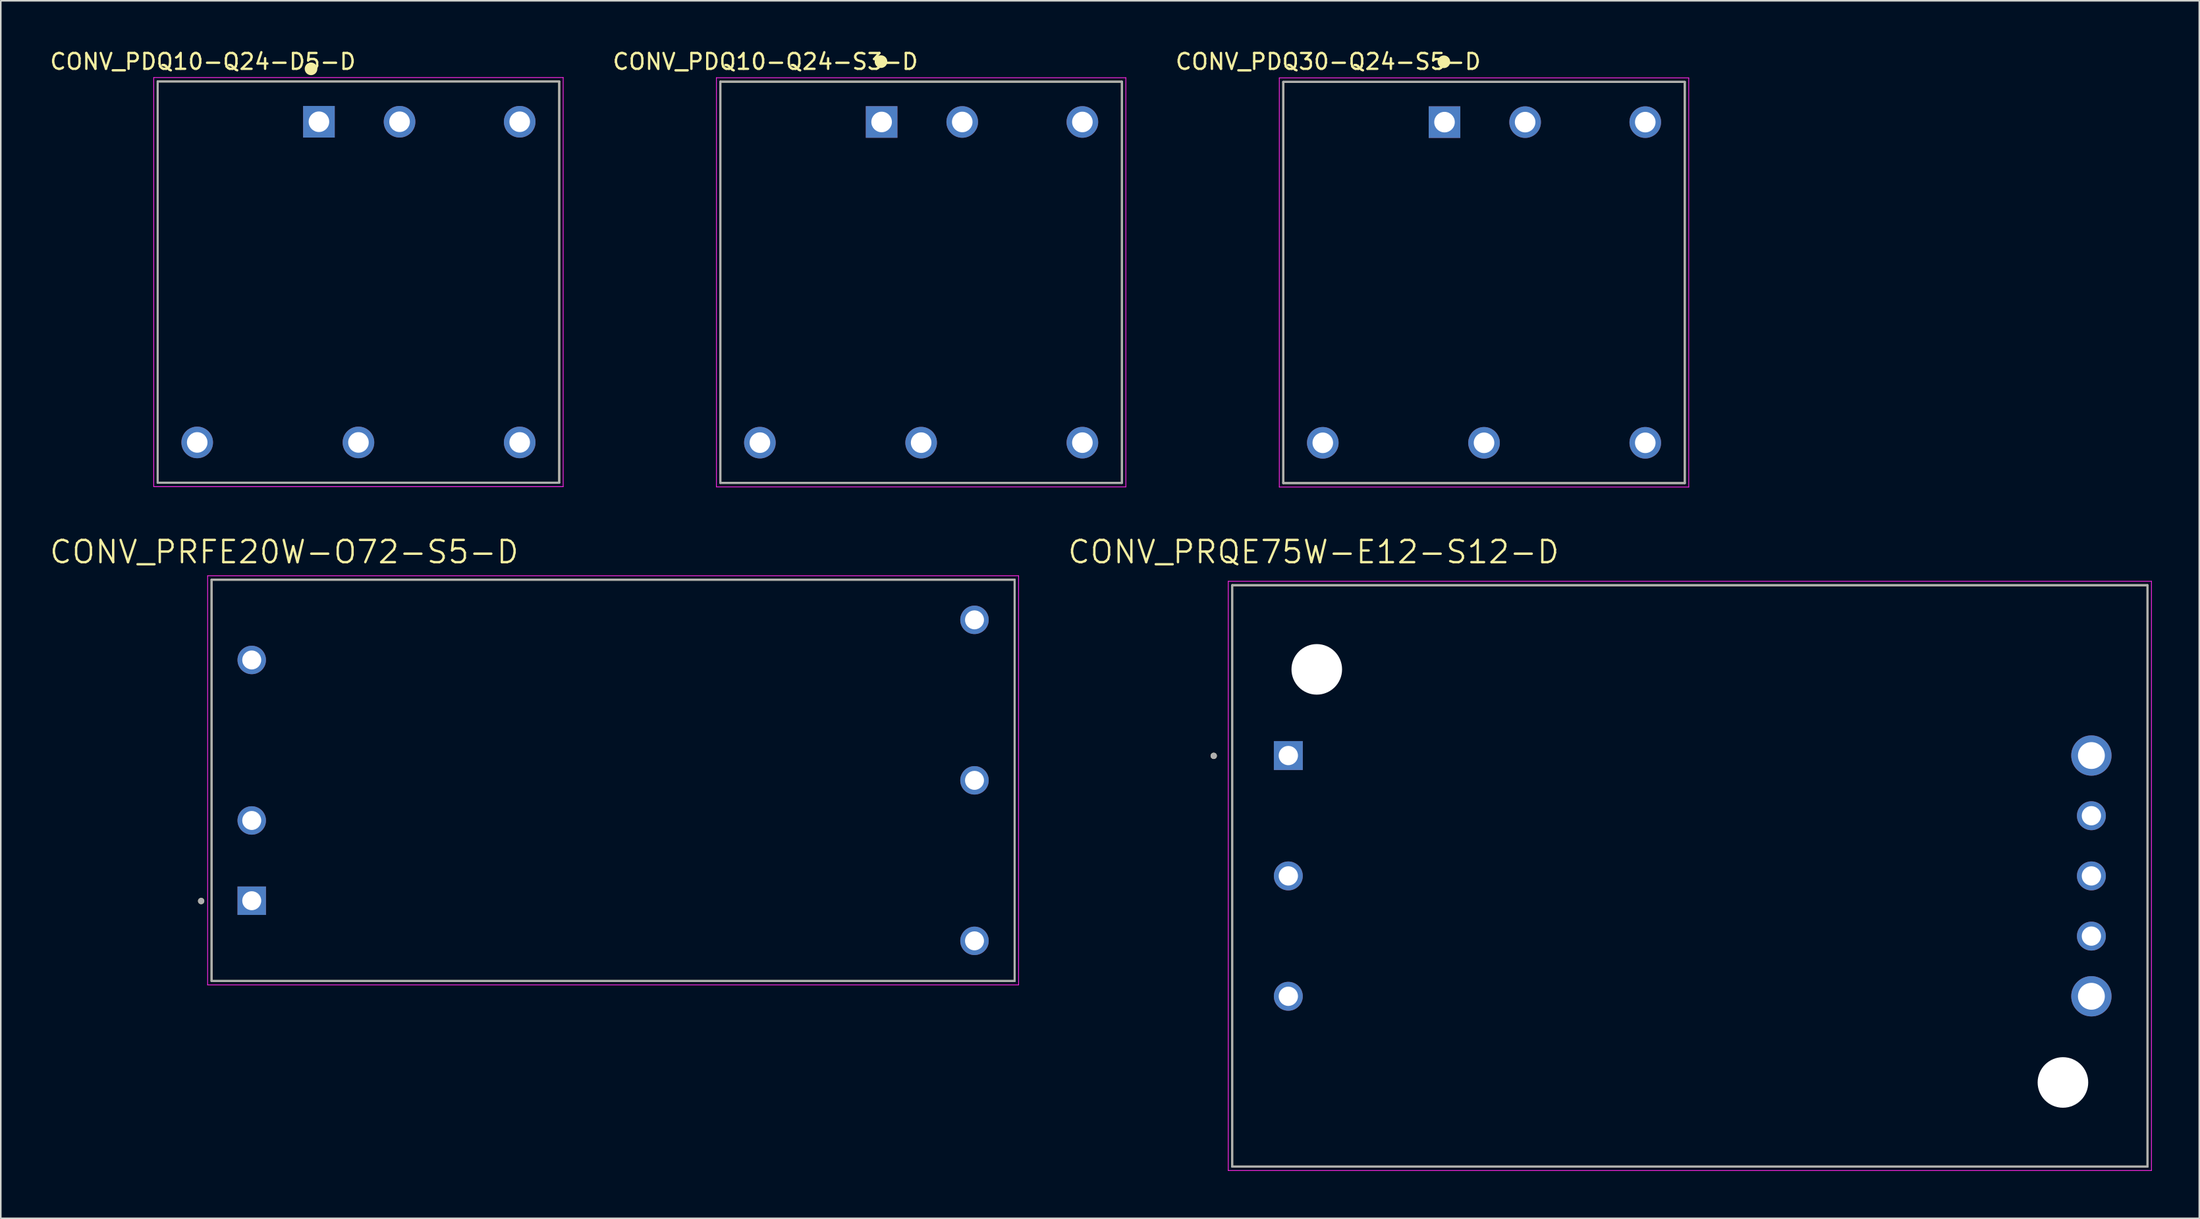
<source format=kicad_pcb>
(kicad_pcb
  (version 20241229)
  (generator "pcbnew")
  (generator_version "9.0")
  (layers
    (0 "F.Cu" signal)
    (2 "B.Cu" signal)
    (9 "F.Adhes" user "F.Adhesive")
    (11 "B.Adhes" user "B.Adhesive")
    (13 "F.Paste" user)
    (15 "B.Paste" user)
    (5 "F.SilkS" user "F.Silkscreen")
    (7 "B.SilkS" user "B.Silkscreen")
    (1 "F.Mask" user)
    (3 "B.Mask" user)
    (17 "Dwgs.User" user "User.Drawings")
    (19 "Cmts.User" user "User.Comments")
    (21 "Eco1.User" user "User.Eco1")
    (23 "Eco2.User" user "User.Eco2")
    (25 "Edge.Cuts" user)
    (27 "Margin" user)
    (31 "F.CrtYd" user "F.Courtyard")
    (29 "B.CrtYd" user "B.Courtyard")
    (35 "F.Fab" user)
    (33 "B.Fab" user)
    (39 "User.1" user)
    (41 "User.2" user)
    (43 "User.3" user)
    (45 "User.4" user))
  (footprint "CONV_PDQ30-Q24-S5-D"
    (layer "F.Cu")
    (at 90.826 14.831)
    (property "Reference" "CONV_PDQ30-Q24-S5-D" (at -9.857 -13.981 0) (layer "F.SilkS") (effects (font (size 1.003 1.003) (thickness 0.15))))
    (attr through_hole)
    (fp_line (start -12.7 -12.7) (end 12.7 -12.7) (stroke (width 0.127) (type solid)) (layer "F.SilkS"))
    (fp_line (start -12.7 12.7) (end -12.7 -12.7) (stroke (width 0.127) (type solid)) (layer "F.SilkS"))
    (fp_line (start 12.7 -12.7) (end 12.7 12.7) (stroke (width 0.127) (type solid)) (layer "F.SilkS"))
    (fp_line (start 12.7 12.7) (end -12.7 12.7) (stroke (width 0.127) (type solid)) (layer "F.SilkS"))
    (fp_circle (center -2.54 -13.97) (end -2.34 -13.97) (stroke (width 0.4) (type solid)) (fill no) (layer "F.SilkS"))
    (fp_line (start -12.95 -12.95) (end 12.95 -12.95) (stroke (width 0.05) (type solid)) (layer "F.CrtYd"))
    (fp_line (start -12.95 12.95) (end -12.95 -12.95) (stroke (width 0.05) (type solid)) (layer "F.CrtYd"))
    (fp_line (start 12.95 -12.95) (end 12.95 12.95) (stroke (width 0.05) (type solid)) (layer "F.CrtYd"))
    (fp_line (start 12.95 12.95) (end -12.95 12.95) (stroke (width 0.05) (type solid)) (layer "F.CrtYd"))
    (fp_line (start -12.7 -12.7) (end 12.7 -12.7) (stroke (width 0.127) (type solid)) (layer "F.Fab"))
    (fp_line (start -12.7 12.7) (end -12.7 -12.7) (stroke (width 0.127) (type solid)) (layer "F.Fab"))
    (fp_line (start 12.7 -12.7) (end 12.7 12.7) (stroke (width 0.127) (type solid)) (layer "F.Fab"))
    (fp_line (start 12.7 12.7) (end -12.7 12.7) (stroke (width 0.127) (type solid)) (layer "F.Fab"))
    (fp_circle (center -2.54 -10.16) (end -2.34 -10.16) (stroke (width 0.4) (type solid)) (fill no) (layer "F.Fab"))
    (pad "1" thru_hole rect (at -2.5 -10.15) (size 2 2) (drill 1.3) (layers "*.Cu" "*.Mask"))
    (pad "2" thru_hole circle (at 2.6 -10.15) (size 2 2) (drill 1.3) (layers "*.Cu" "*.Mask"))
    (pad "3" thru_hole circle (at -10.2 10.15) (size 2 2) (drill 1.3) (layers "*.Cu" "*.Mask"))
    (pad "4" thru_hole circle (at 0 10.15) (size 2 2) (drill 1.3) (layers "*.Cu" "*.Mask"))
    (pad "5" thru_hole circle (at 10.2 10.15) (size 2 2) (drill 1.3) (layers "*.Cu" "*.Mask"))
    (pad "6" thru_hole circle (at 10.2 -10.15) (size 2 2) (drill 1.3) (layers "*.Cu" "*.Mask")))
  (footprint "CONV_PDQ10-Q24-D5-D"
    (layer "F.Cu")
    (at 19.625 14.807)
    (property "Reference" "CONV_PDQ10-Q24-D5-D" (at -9.841 -13.958 0) (layer "F.SilkS") (effects (font (size 1.002 1.002) (thickness 0.15))))
    (attr through_hole)
    (fp_line (start -12.7 -12.7) (end 12.7 -12.7) (stroke (width 0.127) (type solid)) (layer "F.SilkS"))
    (fp_line (start -12.7 12.7) (end -12.7 -12.7) (stroke (width 0.127) (type solid)) (layer "F.SilkS"))
    (fp_line (start 12.7 -12.7) (end 12.7 12.7) (stroke (width 0.127) (type solid)) (layer "F.SilkS"))
    (fp_line (start 12.7 12.7) (end -12.7 12.7) (stroke (width 0.127) (type solid)) (layer "F.SilkS"))
    (fp_circle (center -3 -13.5) (end -2.8 -13.5) (stroke (width 0.4) (type solid)) (fill no) (layer "F.SilkS"))
    (fp_line (start -12.95 -12.95) (end 12.95 -12.95) (stroke (width 0.05) (type solid)) (layer "F.CrtYd"))
    (fp_line (start -12.95 12.95) (end -12.95 -12.95) (stroke (width 0.05) (type solid)) (layer "F.CrtYd"))
    (fp_line (start 12.95 -12.95) (end 12.95 12.95) (stroke (width 0.05) (type solid)) (layer "F.CrtYd"))
    (fp_line (start 12.95 12.95) (end -12.95 12.95) (stroke (width 0.05) (type solid)) (layer "F.CrtYd"))
    (fp_line (start -12.7 -12.7) (end 12.7 -12.7) (stroke (width 0.127) (type solid)) (layer "F.Fab"))
    (fp_line (start -12.7 12.7) (end -12.7 -12.7) (stroke (width 0.127) (type solid)) (layer "F.Fab"))
    (fp_line (start 12.7 -12.7) (end 12.7 12.7) (stroke (width 0.127) (type solid)) (layer "F.Fab"))
    (fp_line (start 12.7 12.7) (end -12.7 12.7) (stroke (width 0.127) (type solid)) (layer "F.Fab"))
    (fp_circle (center -2.5 -10.25) (end -2.3 -10.25) (stroke (width 0.4) (type solid)) (fill no) (layer "F.Fab"))
    (pad "1" thru_hole rect (at -2.5 -10.15) (size 2 2) (drill 1.3) (layers "*.Cu" "*.Mask"))
    (pad "2" thru_hole circle (at 2.6 -10.15) (size 2 2) (drill 1.3) (layers "*.Cu" "*.Mask"))
    (pad "3" thru_hole circle (at -10.2 10.15) (size 2 2) (drill 1.3) (layers "*.Cu" "*.Mask"))
    (pad "4" thru_hole circle (at 0 10.15) (size 2 2) (drill 1.3) (layers "*.Cu" "*.Mask"))
    (pad "5" thru_hole circle (at 10.2 10.15) (size 2 2) (drill 1.3) (layers "*.Cu" "*.Mask"))
    (pad "6" thru_hole circle (at 10.2 -10.15) (size 2 2) (drill 1.3) (layers "*.Cu" "*.Mask")))
  (footprint "CONV_PDQ10-Q24-S3-D"
    (layer "F.Cu")
    (at 55.219 14.821)
    (property "Reference" "CONV_PDQ10-Q24-S3-D" (at -9.851 -13.971 0) (layer "F.SilkS") (effects (font (size 1.003 1.003) (thickness 0.15))))
    (attr through_hole)
    (fp_line (start -12.7 -12.7) (end 12.7 -12.7) (stroke (width 0.127) (type solid)) (layer "F.SilkS"))
    (fp_line (start -12.7 12.7) (end -12.7 -12.7) (stroke (width 0.127) (type solid)) (layer "F.SilkS"))
    (fp_line (start 12.7 -12.7) (end 12.7 12.7) (stroke (width 0.127) (type solid)) (layer "F.SilkS"))
    (fp_line (start 12.7 12.7) (end -12.7 12.7) (stroke (width 0.127) (type solid)) (layer "F.SilkS"))
    (fp_circle (center -2.54 -13.97) (end -2.34 -13.97) (stroke (width 0.4) (type solid)) (fill no) (layer "F.SilkS"))
    (fp_line (start -12.95 -12.95) (end 12.95 -12.95) (stroke (width 0.05) (type solid)) (layer "F.CrtYd"))
    (fp_line (start -12.95 12.95) (end -12.95 -12.95) (stroke (width 0.05) (type solid)) (layer "F.CrtYd"))
    (fp_line (start 12.95 -12.95) (end 12.95 12.95) (stroke (width 0.05) (type solid)) (layer "F.CrtYd"))
    (fp_line (start 12.95 12.95) (end -12.95 12.95) (stroke (width 0.05) (type solid)) (layer "F.CrtYd"))
    (fp_line (start -12.7 -12.7) (end 12.7 -12.7) (stroke (width 0.127) (type solid)) (layer "F.Fab"))
    (fp_line (start -12.7 12.7) (end -12.7 -12.7) (stroke (width 0.127) (type solid)) (layer "F.Fab"))
    (fp_line (start 12.7 -12.7) (end 12.7 12.7) (stroke (width 0.127) (type solid)) (layer "F.Fab"))
    (fp_line (start 12.7 12.7) (end -12.7 12.7) (stroke (width 0.127) (type solid)) (layer "F.Fab"))
    (fp_circle (center -2.54 -10.16) (end -2.34 -10.16) (stroke (width 0.4) (type solid)) (fill no) (layer "F.Fab"))
    (pad "1" thru_hole rect (at -2.5 -10.15) (size 2 2) (drill 1.3) (layers "*.Cu" "*.Mask"))
    (pad "2" thru_hole circle (at 2.6 -10.15) (size 2 2) (drill 1.3) (layers "*.Cu" "*.Mask"))
    (pad "3" thru_hole circle (at -10.2 10.15) (size 2 2) (drill 1.3) (layers "*.Cu" "*.Mask"))
    (pad "4" thru_hole circle (at 0 10.15) (size 2 2) (drill 1.3) (layers "*.Cu" "*.Mask"))
    (pad "5" thru_hole circle (at 10.2 10.15) (size 2 2) (drill 1.3) (layers "*.Cu" "*.Mask"))
    (pad "6" thru_hole circle (at 10.2 -10.15) (size 2 2) (drill 1.3) (layers "*.Cu" "*.Mask")))
  (footprint "CONV_PRFE20W-O72-S5-D"
    (layer "F.Cu")
    (at 35.734 46.348)
    (property "Reference" "CONV_PRFE20W-O72-S5-D" (at -20.804 -14.456 0) (layer "F.SilkS") (effects (font (size 1.407 1.407) (thickness 0.15))))
    (attr through_hole)
    (fp_line (start -25.4 -12.7) (end 25.4 -12.7) (stroke (width 0.127) (type solid)) (layer "F.SilkS"))
    (fp_line (start -25.4 12.7) (end -25.4 -12.7) (stroke (width 0.127) (type solid)) (layer "F.SilkS"))
    (fp_line (start 25.4 -12.7) (end 25.4 12.7) (stroke (width 0.127) (type solid)) (layer "F.SilkS"))
    (fp_line (start 25.4 12.7) (end -25.4 12.7) (stroke (width 0.127) (type solid)) (layer "F.SilkS"))
    (fp_circle (center -26.06 7.64) (end -25.96 7.64) (stroke (width 0.2) (type solid)) (fill no) (layer "F.SilkS"))
    (fp_line (start -25.65 -12.95) (end 25.65 -12.95) (stroke (width 0.05) (type solid)) (layer "F.CrtYd"))
    (fp_line (start -25.65 12.95) (end -25.65 -12.95) (stroke (width 0.05) (type solid)) (layer "F.CrtYd"))
    (fp_line (start 25.65 -12.95) (end 25.65 12.95) (stroke (width 0.05) (type solid)) (layer "F.CrtYd"))
    (fp_line (start 25.65 12.95) (end -25.65 12.95) (stroke (width 0.05) (type solid)) (layer "F.CrtYd"))
    (fp_line (start -25.4 -12.7) (end 25.4 -12.7) (stroke (width 0.127) (type solid)) (layer "F.Fab"))
    (fp_line (start -25.4 12.7) (end -25.4 -12.7) (stroke (width 0.127) (type solid)) (layer "F.Fab"))
    (fp_line (start 25.4 -12.7) (end 25.4 12.7) (stroke (width 0.127) (type solid)) (layer "F.Fab"))
    (fp_line (start 25.4 12.7) (end -25.4 12.7) (stroke (width 0.127) (type solid)) (layer "F.Fab"))
    (fp_circle (center -26.06 7.64) (end -25.96 7.64) (stroke (width 0.2) (type solid)) (fill no) (layer "F.Fab"))
    (pad "1" thru_hole rect (at -22.86 7.62) (size 1.8 1.8) (drill 1.2) (layers "*.Cu" "*.Mask"))
    (pad "2" thru_hole circle (at -22.86 2.54) (size 1.8 1.8) (drill 1.2) (layers "*.Cu" "*.Mask"))
    (pad "3" thru_hole circle (at 22.86 10.16) (size 1.8 1.8) (drill 1.2) (layers "*.Cu" "*.Mask"))
    (pad "4" thru_hole circle (at 22.86 -10.16) (size 1.8 1.8) (drill 1.2) (layers "*.Cu" "*.Mask"))
    (pad "5" thru_hole circle (at 22.86 0) (size 1.8 1.8) (drill 1.2) (layers "*.Cu" "*.Mask"))
    (pad "6" thru_hole circle (at -22.86 -7.62) (size 1.8 1.8) (drill 1.2) (layers "*.Cu" "*.Mask")))
  (footprint "CONV_PRQE75W-E12-S12-D"
    (layer "F.Cu")
    (at 103.846 52.398)
    (property "Reference" "CONV_PRQE75W-E12-S12-D" (at -23.804 -20.506 0) (layer "F.SilkS") (effects (font (size 1.407 1.407) (thickness 0.15))))
    (attr through_hole)
    (fp_line (start -28.95 -18.4) (end 28.95 -18.4) (stroke (width 0.127) (type solid)) (layer "F.SilkS"))
    (fp_line (start -28.95 18.4) (end -28.95 -18.4) (stroke (width 0.127) (type solid)) (layer "F.SilkS"))
    (fp_line (start 28.95 -18.4) (end 28.95 18.4) (stroke (width 0.127) (type solid)) (layer "F.SilkS"))
    (fp_line (start 28.95 18.4) (end -28.95 18.4) (stroke (width 0.127) (type solid)) (layer "F.SilkS"))
    (fp_circle (center -30.118 -7.6) (end -30.018 -7.6) (stroke (width 0.2) (type solid)) (fill no) (layer "F.SilkS"))
    (fp_line (start -29.2 -18.65) (end 29.2 -18.65) (stroke (width 0.05) (type solid)) (layer "F.CrtYd"))
    (fp_line (start -29.2 18.65) (end -29.2 -18.65) (stroke (width 0.05) (type solid)) (layer "F.CrtYd"))
    (fp_line (start 29.2 -18.65) (end 29.2 18.65) (stroke (width 0.05) (type solid)) (layer "F.CrtYd"))
    (fp_line (start 29.2 18.65) (end -29.2 18.65) (stroke (width 0.05) (type solid)) (layer "F.CrtYd"))
    (fp_line (start -28.95 -18.4) (end 28.95 -18.4) (stroke (width 0.127) (type solid)) (layer "F.Fab"))
    (fp_line (start -28.95 18.4) (end -28.95 -18.4) (stroke (width 0.127) (type solid)) (layer "F.Fab"))
    (fp_line (start 28.95 -18.4) (end 28.95 18.4) (stroke (width 0.127) (type solid)) (layer "F.Fab"))
    (fp_line (start 28.95 18.4) (end -28.95 18.4) (stroke (width 0.127) (type solid)) (layer "F.Fab"))
    (fp_circle (center -30.118 -7.6) (end -30.018 -7.6) (stroke (width 0.2) (type solid)) (fill no) (layer "F.Fab"))
    (pad "" np_thru_hole circle (at -23.6 -13.075) (size 3.2 3.2) (drill 3.2) (layers "*.Cu" "*.Mask"))
    (pad "" np_thru_hole circle (at 23.6 13.075) (size 3.2 3.2) (drill 3.2) (layers "*.Cu" "*.Mask"))
    (pad "1" thru_hole rect (at -25.4 -7.62) (size 1.83 1.83) (drill 1.22) (layers "*.Cu" "*.Mask"))
    (pad "2" thru_hole circle (at -25.4 0) (size 1.83 1.83) (drill 1.22) (layers "*.Cu" "*.Mask"))
    (pad "3" thru_hole circle (at -25.4 7.62) (size 1.83 1.83) (drill 1.22) (layers "*.Cu" "*.Mask"))
    (pad "4" thru_hole circle (at 25.4 7.62) (size 2.55 2.55) (drill 1.7) (layers "*.Cu" "*.Mask"))
    (pad "5" thru_hole circle (at 25.4 3.81) (size 1.83 1.83) (drill 1.22) (layers "*.Cu" "*.Mask"))
    (pad "6" thru_hole circle (at 25.4 0) (size 1.83 1.83) (drill 1.22) (layers "*.Cu" "*.Mask"))
    (pad "7" thru_hole circle (at 25.4 -3.81) (size 1.83 1.83) (drill 1.22) (layers "*.Cu" "*.Mask"))
    (pad "8" thru_hole circle (at 25.4 -7.62) (size 2.55 2.55) (drill 1.7) (layers "*.Cu" "*.Mask")))
  (gr_rect
    (start -3 -3)
    (end 136.071 74.073)
    (stroke (width 0.1) (type default))
    (fill no)
    (layer "Edge.Cuts")))
</source>
